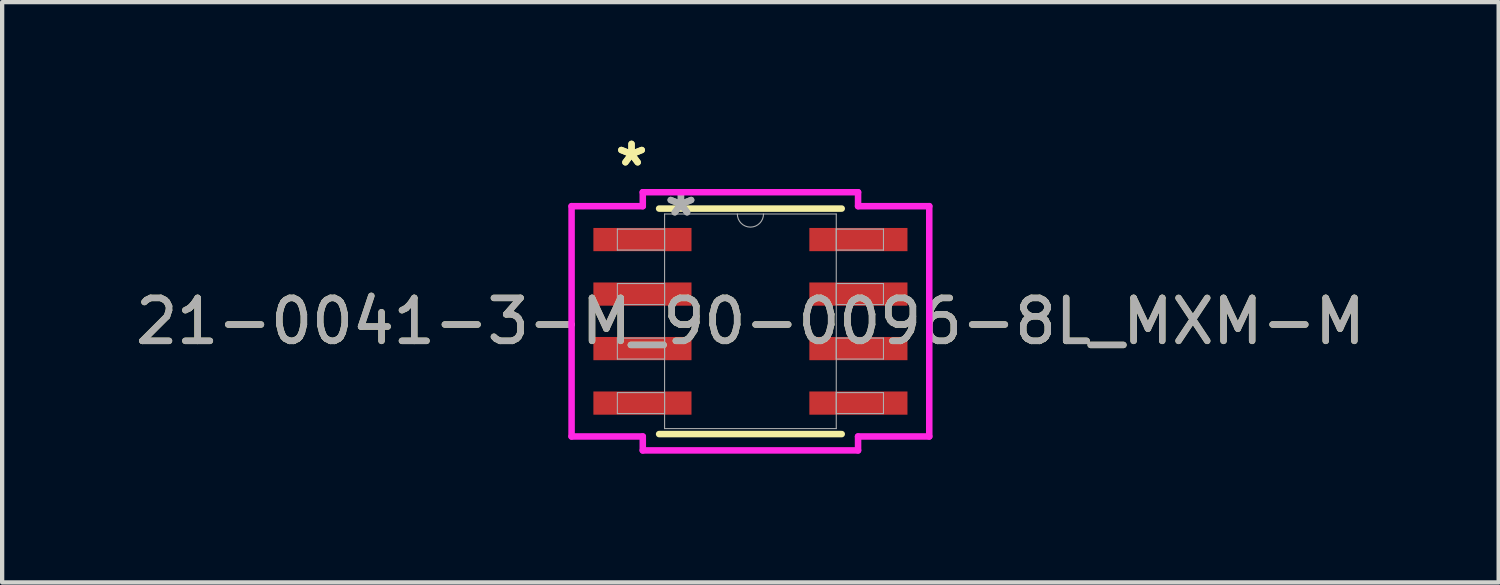
<source format=kicad_pcb>
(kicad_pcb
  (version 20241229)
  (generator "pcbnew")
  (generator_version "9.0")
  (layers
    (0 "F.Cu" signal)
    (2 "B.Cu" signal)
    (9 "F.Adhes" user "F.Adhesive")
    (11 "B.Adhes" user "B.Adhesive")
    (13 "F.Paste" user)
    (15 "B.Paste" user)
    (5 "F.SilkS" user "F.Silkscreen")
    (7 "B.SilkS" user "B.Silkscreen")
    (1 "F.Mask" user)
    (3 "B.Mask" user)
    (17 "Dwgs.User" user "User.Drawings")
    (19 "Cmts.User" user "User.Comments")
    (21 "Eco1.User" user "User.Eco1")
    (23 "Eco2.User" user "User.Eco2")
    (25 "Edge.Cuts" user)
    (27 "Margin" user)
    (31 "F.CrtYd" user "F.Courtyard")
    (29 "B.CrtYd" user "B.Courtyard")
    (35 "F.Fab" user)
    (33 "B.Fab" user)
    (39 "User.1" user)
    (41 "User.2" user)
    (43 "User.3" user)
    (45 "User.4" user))
  (footprint "21-0041-3-M_90-0096-8L_MXM-M"
    (layer "F.Cu")
    (at 14.435 4.437)
    (property "Reference" "21-0041-3-M_90-0096-8L_MXM-M" (at 0 0 0) (unlocked yes) (layer "F.SilkS") (effects (font (size 1 1) (thickness 0.15))))
    (attr smd)
    (fp_line (start -2.127 2.627) (end 2.127 2.627) (stroke (width 0.152) (type solid)) (layer "F.SilkS"))
    (fp_line (start 2.127 -2.627) (end -2.127 -2.627) (stroke (width 0.152) (type solid)) (layer "F.SilkS"))
    (fp_line (start -4.167 -2.683) (end -2.508 -2.683) (stroke (width 0.152) (type solid)) (layer "F.CrtYd"))
    (fp_line (start -4.167 2.683) (end -4.167 -2.683) (stroke (width 0.152) (type solid)) (layer "F.CrtYd"))
    (fp_line (start -4.167 2.683) (end -2.508 2.683) (stroke (width 0.152) (type solid)) (layer "F.CrtYd"))
    (fp_line (start -2.508 -3.008) (end 2.508 -3.008) (stroke (width 0.152) (type solid)) (layer "F.CrtYd"))
    (fp_line (start -2.508 -2.683) (end -2.508 -3.008) (stroke (width 0.152) (type solid)) (layer "F.CrtYd"))
    (fp_line (start -2.508 3.008) (end -2.508 2.683) (stroke (width 0.152) (type solid)) (layer "F.CrtYd"))
    (fp_line (start 2.508 -3.008) (end 2.508 -2.683) (stroke (width 0.152) (type solid)) (layer "F.CrtYd"))
    (fp_line (start 2.508 2.683) (end 2.508 3.008) (stroke (width 0.152) (type solid)) (layer "F.CrtYd"))
    (fp_line (start 2.508 3.008) (end -2.508 3.008) (stroke (width 0.152) (type solid)) (layer "F.CrtYd"))
    (fp_line (start 4.167 -2.683) (end 2.508 -2.683) (stroke (width 0.152) (type solid)) (layer "F.CrtYd"))
    (fp_line (start 4.167 -2.683) (end 4.167 2.683) (stroke (width 0.152) (type solid)) (layer "F.CrtYd"))
    (fp_line (start 4.167 2.683) (end 2.508 2.683) (stroke (width 0.152) (type solid)) (layer "F.CrtYd"))
    (fp_line (start -3.1 -2.15) (end -3.1 -1.66) (stroke (width 0.025) (type solid)) (layer "F.Fab"))
    (fp_line (start -3.1 -1.66) (end -2 -1.66) (stroke (width 0.025) (type solid)) (layer "F.Fab"))
    (fp_line (start -3.1 -0.88) (end -3.1 -0.39) (stroke (width 0.025) (type solid)) (layer "F.Fab"))
    (fp_line (start -3.1 -0.39) (end -2 -0.39) (stroke (width 0.025) (type solid)) (layer "F.Fab"))
    (fp_line (start -3.1 0.39) (end -3.1 0.88) (stroke (width 0.025) (type solid)) (layer "F.Fab"))
    (fp_line (start -3.1 0.88) (end -2 0.88) (stroke (width 0.025) (type solid)) (layer "F.Fab"))
    (fp_line (start -3.1 1.66) (end -3.1 2.15) (stroke (width 0.025) (type solid)) (layer "F.Fab"))
    (fp_line (start -3.1 2.15) (end -2 2.15) (stroke (width 0.025) (type solid)) (layer "F.Fab"))
    (fp_line (start -2 -2.5) (end -2 2.5) (stroke (width 0.025) (type solid)) (layer "F.Fab"))
    (fp_line (start -2 -2.15) (end -3.1 -2.15) (stroke (width 0.025) (type solid)) (layer "F.Fab"))
    (fp_line (start -2 -1.66) (end -2 -2.15) (stroke (width 0.025) (type solid)) (layer "F.Fab"))
    (fp_line (start -2 -0.88) (end -3.1 -0.88) (stroke (width 0.025) (type solid)) (layer "F.Fab"))
    (fp_line (start -2 -0.39) (end -2 -0.88) (stroke (width 0.025) (type solid)) (layer "F.Fab"))
    (fp_line (start -2 0.39) (end -3.1 0.39) (stroke (width 0.025) (type solid)) (layer "F.Fab"))
    (fp_line (start -2 0.88) (end -2 0.39) (stroke (width 0.025) (type solid)) (layer "F.Fab"))
    (fp_line (start -2 1.66) (end -3.1 1.66) (stroke (width 0.025) (type solid)) (layer "F.Fab"))
    (fp_line (start -2 2.15) (end -2 1.66) (stroke (width 0.025) (type solid)) (layer "F.Fab"))
    (fp_line (start -2 2.5) (end 2 2.5) (stroke (width 0.025) (type solid)) (layer "F.Fab"))
    (fp_line (start 2 -2.5) (end -2 -2.5) (stroke (width 0.025) (type solid)) (layer "F.Fab"))
    (fp_line (start 2 -2.15) (end 2 -1.66) (stroke (width 0.025) (type solid)) (layer "F.Fab"))
    (fp_line (start 2 -1.66) (end 3.1 -1.66) (stroke (width 0.025) (type solid)) (layer "F.Fab"))
    (fp_line (start 2 -0.88) (end 2 -0.39) (stroke (width 0.025) (type solid)) (layer "F.Fab"))
    (fp_line (start 2 -0.39) (end 3.1 -0.39) (stroke (width 0.025) (type solid)) (layer "F.Fab"))
    (fp_line (start 2 0.39) (end 2 0.88) (stroke (width 0.025) (type solid)) (layer "F.Fab"))
    (fp_line (start 2 0.88) (end 3.1 0.88) (stroke (width 0.025) (type solid)) (layer "F.Fab"))
    (fp_line (start 2 1.66) (end 2 2.15) (stroke (width 0.025) (type solid)) (layer "F.Fab"))
    (fp_line (start 2 2.15) (end 3.1 2.15) (stroke (width 0.025) (type solid)) (layer "F.Fab"))
    (fp_line (start 2 2.5) (end 2 -2.5) (stroke (width 0.025) (type solid)) (layer "F.Fab"))
    (fp_line (start 3.1 -2.15) (end 2 -2.15) (stroke (width 0.025) (type solid)) (layer "F.Fab"))
    (fp_line (start 3.1 -1.66) (end 3.1 -2.15) (stroke (width 0.025) (type solid)) (layer "F.Fab"))
    (fp_line (start 3.1 -0.88) (end 2 -0.88) (stroke (width 0.025) (type solid)) (layer "F.Fab"))
    (fp_line (start 3.1 -0.39) (end 3.1 -0.88) (stroke (width 0.025) (type solid)) (layer "F.Fab"))
    (fp_line (start 3.1 0.39) (end 2 0.39) (stroke (width 0.025) (type solid)) (layer "F.Fab"))
    (fp_line (start 3.1 0.88) (end 3.1 0.39) (stroke (width 0.025) (type solid)) (layer "F.Fab"))
    (fp_line (start 3.1 1.66) (end 2 1.66) (stroke (width 0.025) (type solid)) (layer "F.Fab"))
    (fp_line (start 3.1 2.15) (end 3.1 1.66) (stroke (width 0.025) (type solid)) (layer "F.Fab"))
    (fp_arc (start 0.3048 -2.5) (mid 0 -2.1952) (end -0.3048 -2.5) (stroke (width 0.0254) (type solid)) (layer "F.Fab"))
    (fp_text user "*" (at -2.77 -3.589 0) (unlocked yes) (layer "F.SilkS") (effects (font (size 1 1) (thickness 0.15))))
    (fp_text user "*" (at -2.77 -3.589 0) (layer "F.SilkS") (effects (font (size 1 1) (thickness 0.15))))
    (fp_text user "*" (at -1.619 -2.424 0) (layer "F.Fab") (effects (font (size 1 1) (thickness 0.15))))
    (fp_text user "*" (at -1.619 -2.424 0) (unlocked yes) (layer "F.Fab") (effects (font (size 1 1) (thickness 0.15))))
    (fp_text user "${REFERENCE}" (at 0 0 0) (unlocked yes) (layer "F.Fab") (effects (font (size 1 1) (thickness 0.15))))
    (pad "1" smd rect (at -2.516 -1.905) (size 2.286 0.541) (layers "F.Cu" "F.Mask" "F.Paste"))
    (pad "2" smd rect (at -2.516 -0.635) (size 2.286 0.541) (layers "F.Cu" "F.Mask" "F.Paste"))
    (pad "3" smd rect (at -2.516 0.635) (size 2.286 0.541) (layers "F.Cu" "F.Mask" "F.Paste"))
    (pad "4" smd rect (at -2.516 1.905) (size 2.286 0.541) (layers "F.Cu" "F.Mask" "F.Paste"))
    (pad "5" smd rect (at 2.516 1.905) (size 2.286 0.541) (layers "F.Cu" "F.Mask" "F.Paste"))
    (pad "6" smd rect (at 2.516 0.635) (size 2.286 0.541) (layers "F.Cu" "F.Mask" "F.Paste"))
    (pad "7" smd rect (at 2.516 -0.635) (size 2.286 0.541) (layers "F.Cu" "F.Mask" "F.Paste"))
    (pad "8" smd rect (at 2.516 -1.905) (size 2.286 0.541) (layers "F.Cu" "F.Mask" "F.Paste")))
  (gr_rect
    (start -3 -3)
    (end 31.869 10.521)
    (stroke (width 0.1) (type default))
    (fill no)
    (layer "Edge.Cuts")))
</source>
